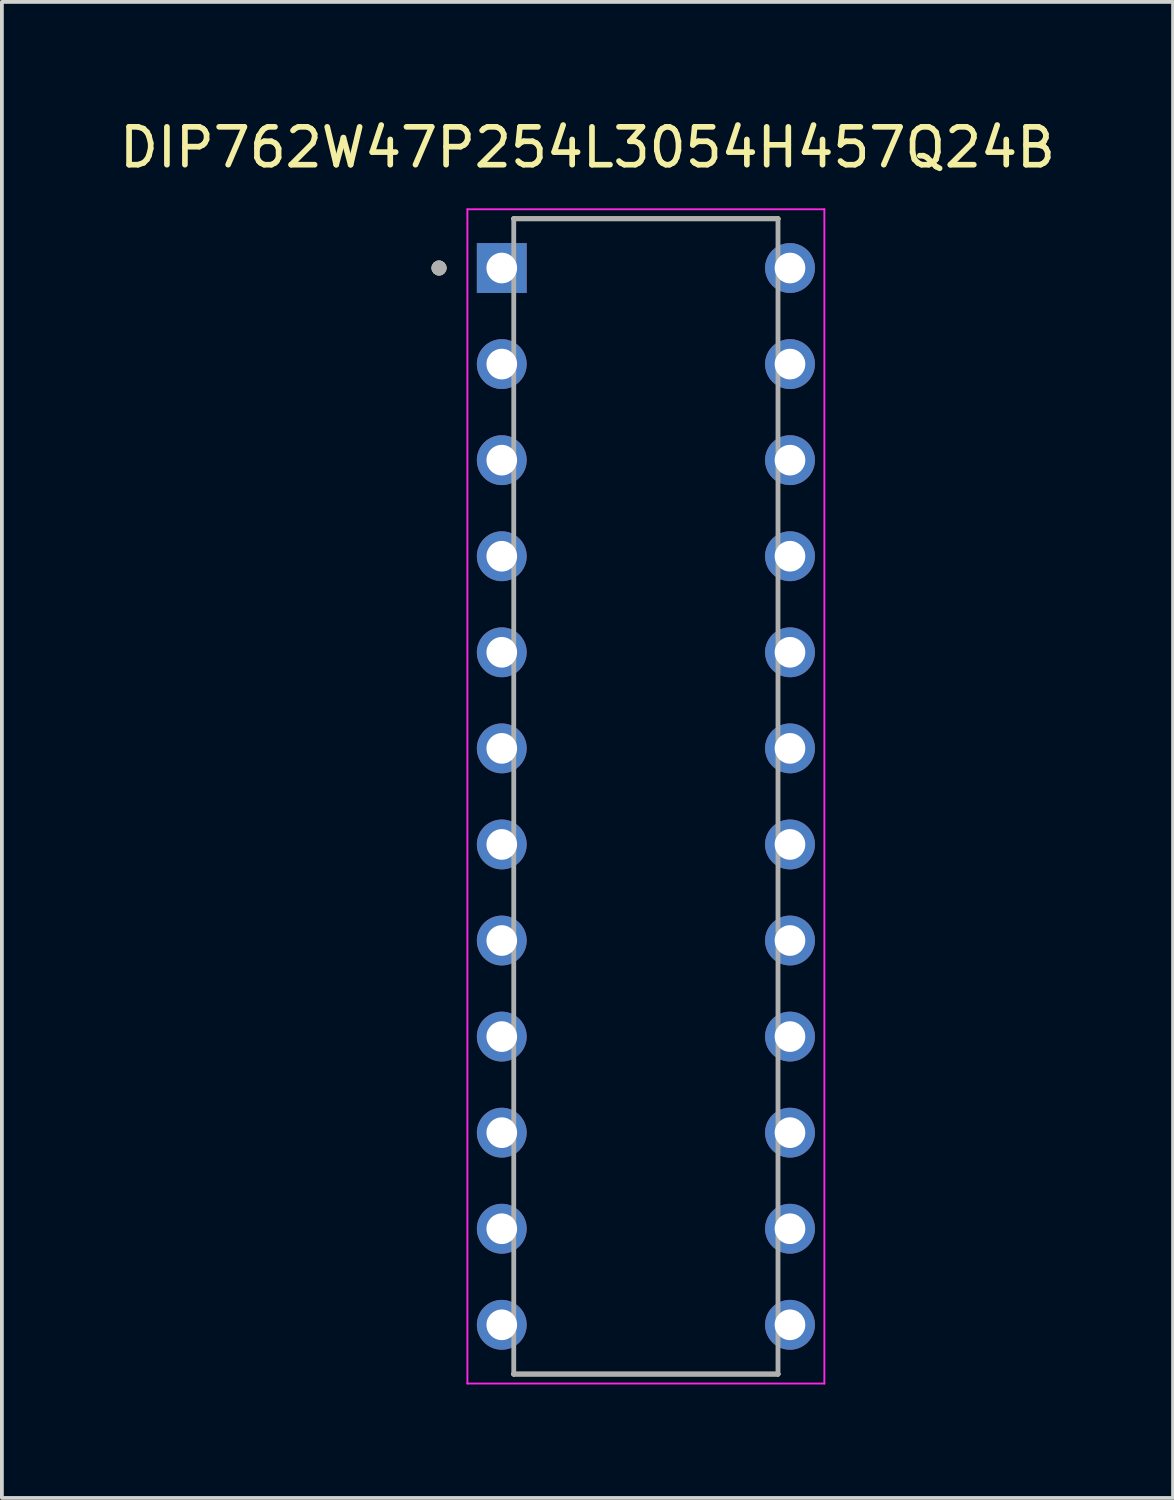
<source format=kicad_pcb>
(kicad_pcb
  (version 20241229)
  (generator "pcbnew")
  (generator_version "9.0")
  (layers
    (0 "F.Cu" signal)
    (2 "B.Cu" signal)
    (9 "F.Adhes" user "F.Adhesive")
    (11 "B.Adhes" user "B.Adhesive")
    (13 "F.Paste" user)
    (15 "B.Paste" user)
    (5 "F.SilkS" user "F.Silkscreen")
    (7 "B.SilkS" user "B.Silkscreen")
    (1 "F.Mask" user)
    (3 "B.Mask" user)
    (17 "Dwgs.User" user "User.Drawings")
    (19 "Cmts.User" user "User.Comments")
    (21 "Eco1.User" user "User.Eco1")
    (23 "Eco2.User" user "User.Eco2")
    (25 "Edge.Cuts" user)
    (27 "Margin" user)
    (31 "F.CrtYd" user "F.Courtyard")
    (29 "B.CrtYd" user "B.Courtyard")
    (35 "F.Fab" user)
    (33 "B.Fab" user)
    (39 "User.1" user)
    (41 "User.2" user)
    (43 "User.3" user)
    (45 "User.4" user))
  (footprint "DIP762W47P254L3054H457Q24B"
    (layer "F.Cu")
    (at 14.026 18.006)
    (property "Reference" "DIP762W47P254L3054H457Q24B" (at -1.544 -17.157 0) (layer "F.SilkS") (effects (font (size 1 1) (thickness 0.15))))
    (attr through_hole)
    (fp_line (start -3.493 -15.273) (end -3.493 -15.273) (stroke (width 0.127) (type solid)) (layer "F.SilkS"))
    (fp_line (start -3.493 -15.273) (end 3.493 -15.273) (stroke (width 0.127) (type solid)) (layer "F.SilkS"))
    (fp_line (start -3.493 15.273) (end -3.493 15.273) (stroke (width 0.127) (type solid)) (layer "F.SilkS"))
    (fp_line (start -3.493 15.273) (end 3.493 15.273) (stroke (width 0.127) (type solid)) (layer "F.SilkS"))
    (fp_line (start 3.493 -15.273) (end 3.493 -15.273) (stroke (width 0.127) (type solid)) (layer "F.SilkS"))
    (fp_line (start 3.493 15.273) (end 3.493 15.273) (stroke (width 0.127) (type solid)) (layer "F.SilkS"))
    (fp_circle (center -5.469 -13.97) (end -5.369 -13.97) (stroke (width 0.2) (type solid)) (fill no) (layer "F.SilkS"))
    (fp_line (start -4.719 -15.523) (end -4.719 15.523) (stroke (width 0.05) (type solid)) (layer "F.CrtYd"))
    (fp_line (start -4.719 15.523) (end 4.719 15.523) (stroke (width 0.05) (type solid)) (layer "F.CrtYd"))
    (fp_line (start 4.719 -15.523) (end -4.719 -15.523) (stroke (width 0.05) (type solid)) (layer "F.CrtYd"))
    (fp_line (start 4.719 15.523) (end 4.719 -15.523) (stroke (width 0.05) (type solid)) (layer "F.CrtYd"))
    (fp_line (start -3.493 -15.273) (end -3.493 15.273) (stroke (width 0.127) (type solid)) (layer "F.Fab"))
    (fp_line (start -3.493 -15.273) (end 3.493 -15.273) (stroke (width 0.127) (type solid)) (layer "F.Fab"))
    (fp_line (start -3.493 15.273) (end 3.493 15.273) (stroke (width 0.127) (type solid)) (layer "F.Fab"))
    (fp_line (start 3.493 15.273) (end 3.493 -15.273) (stroke (width 0.127) (type solid)) (layer "F.Fab"))
    (fp_circle (center -5.469 -13.97) (end -5.369 -13.97) (stroke (width 0.2) (type solid)) (fill no) (layer "F.Fab"))
    (pad "1" thru_hole rect (at -3.81 -13.97) (size 1.318 1.318) (drill 0.81) (layers "*.Cu" "*.Mask"))
    (pad "2" thru_hole circle (at -3.81 -11.43) (size 1.318 1.318) (drill 0.81) (layers "*.Cu" "*.Mask"))
    (pad "3" thru_hole circle (at -3.81 -8.89) (size 1.318 1.318) (drill 0.81) (layers "*.Cu" "*.Mask"))
    (pad "4" thru_hole circle (at -3.81 -6.35) (size 1.318 1.318) (drill 0.81) (layers "*.Cu" "*.Mask"))
    (pad "5" thru_hole circle (at -3.81 -3.81) (size 1.318 1.318) (drill 0.81) (layers "*.Cu" "*.Mask"))
    (pad "6" thru_hole circle (at -3.81 -1.27) (size 1.318 1.318) (drill 0.81) (layers "*.Cu" "*.Mask"))
    (pad "7" thru_hole circle (at -3.81 1.27) (size 1.318 1.318) (drill 0.81) (layers "*.Cu" "*.Mask"))
    (pad "8" thru_hole circle (at -3.81 3.81) (size 1.318 1.318) (drill 0.81) (layers "*.Cu" "*.Mask"))
    (pad "9" thru_hole circle (at -3.81 6.35) (size 1.318 1.318) (drill 0.81) (layers "*.Cu" "*.Mask"))
    (pad "10" thru_hole circle (at -3.81 8.89) (size 1.318 1.318) (drill 0.81) (layers "*.Cu" "*.Mask"))
    (pad "11" thru_hole circle (at -3.81 11.43) (size 1.318 1.318) (drill 0.81) (layers "*.Cu" "*.Mask"))
    (pad "12" thru_hole circle (at -3.81 13.97) (size 1.318 1.318) (drill 0.81) (layers "*.Cu" "*.Mask"))
    (pad "13" thru_hole circle (at 3.81 13.97) (size 1.318 1.318) (drill 0.81) (layers "*.Cu" "*.Mask"))
    (pad "14" thru_hole circle (at 3.81 11.43) (size 1.318 1.318) (drill 0.81) (layers "*.Cu" "*.Mask"))
    (pad "15" thru_hole circle (at 3.81 8.89) (size 1.318 1.318) (drill 0.81) (layers "*.Cu" "*.Mask"))
    (pad "16" thru_hole circle (at 3.81 6.35) (size 1.318 1.318) (drill 0.81) (layers "*.Cu" "*.Mask"))
    (pad "17" thru_hole circle (at 3.81 3.81) (size 1.318 1.318) (drill 0.81) (layers "*.Cu" "*.Mask"))
    (pad "18" thru_hole circle (at 3.81 1.27) (size 1.318 1.318) (drill 0.81) (layers "*.Cu" "*.Mask"))
    (pad "19" thru_hole circle (at 3.81 -1.27) (size 1.318 1.318) (drill 0.81) (layers "*.Cu" "*.Mask"))
    (pad "20" thru_hole circle (at 3.81 -3.81) (size 1.318 1.318) (drill 0.81) (layers "*.Cu" "*.Mask"))
    (pad "21" thru_hole circle (at 3.81 -6.35) (size 1.318 1.318) (drill 0.81) (layers "*.Cu" "*.Mask"))
    (pad "22" thru_hole circle (at 3.81 -8.89) (size 1.318 1.318) (drill 0.81) (layers "*.Cu" "*.Mask"))
    (pad "23" thru_hole circle (at 3.81 -11.43) (size 1.318 1.318) (drill 0.81) (layers "*.Cu" "*.Mask"))
    (pad "24" thru_hole circle (at 3.81 -13.97) (size 1.318 1.318) (drill 0.81) (layers "*.Cu" "*.Mask")))
  (gr_rect
    (start -3 -3)
    (end 27.964 36.553)
    (stroke (width 0.1) (type default))
    (fill no)
    (layer "Edge.Cuts")))
</source>
